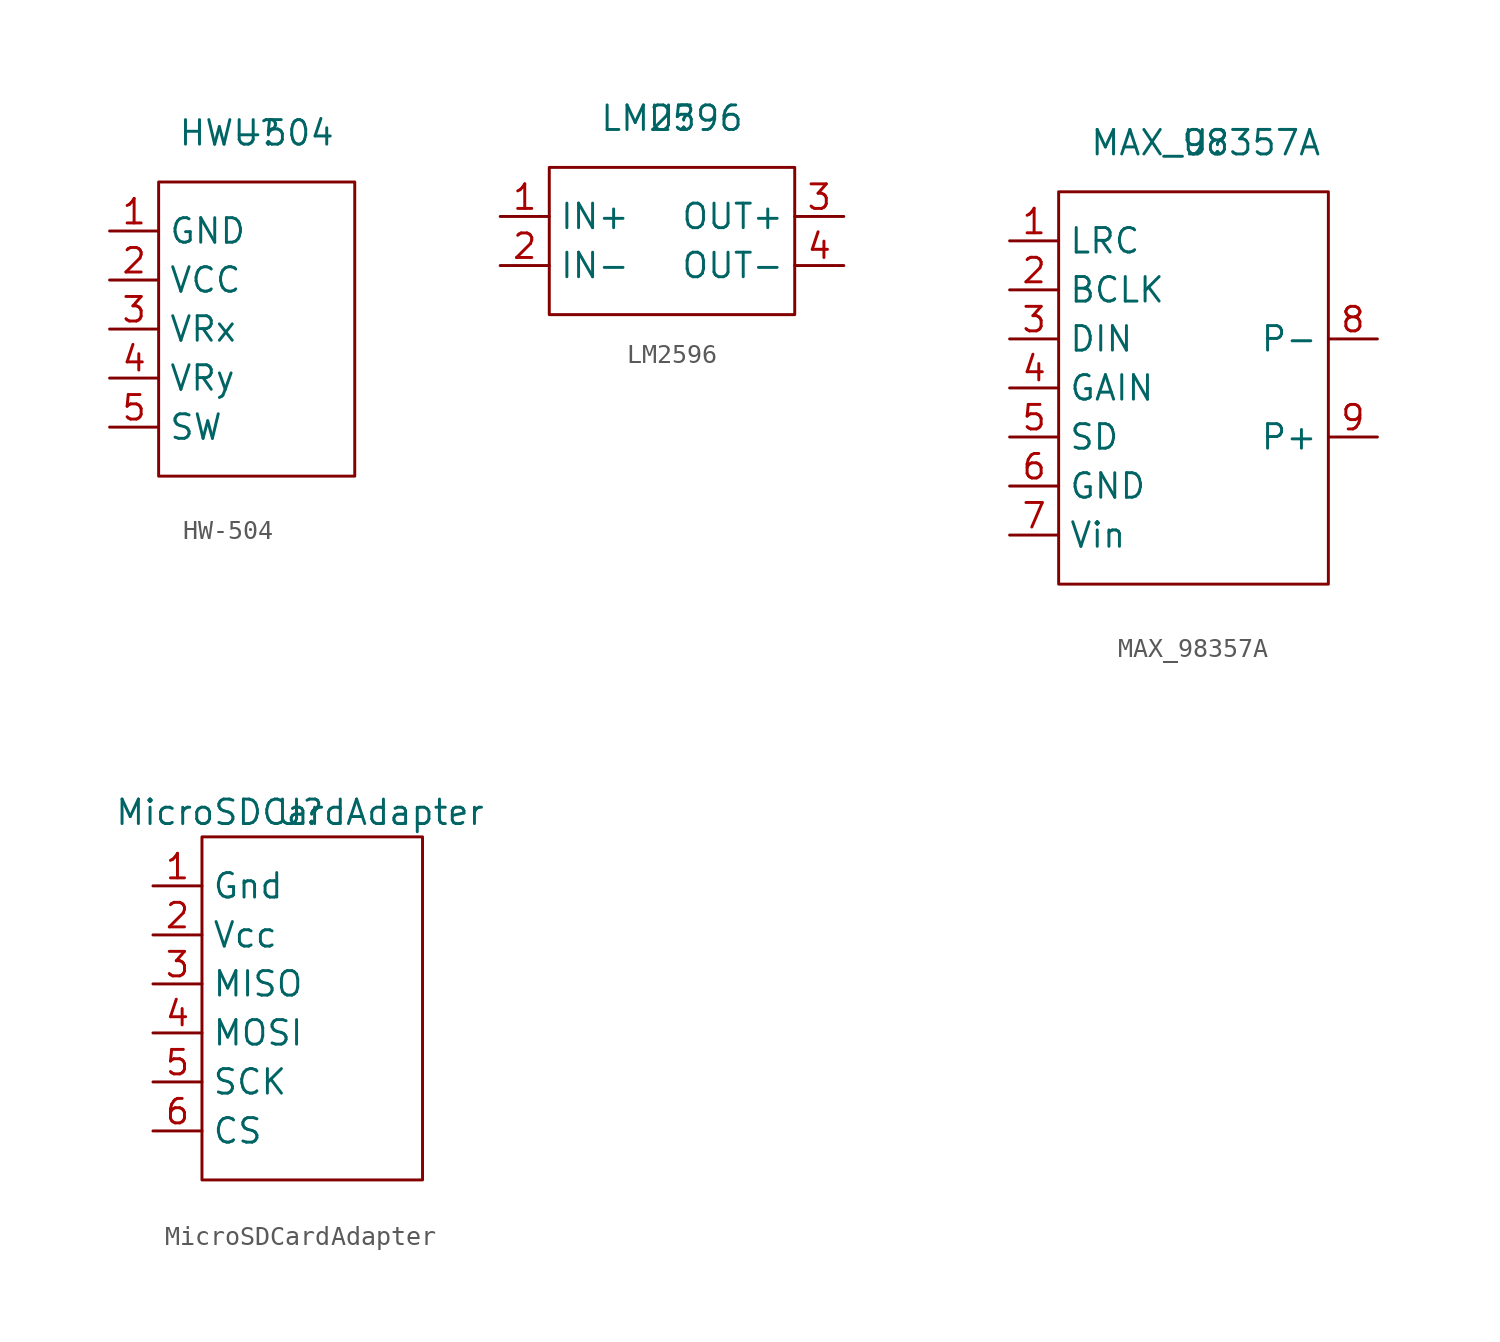
<source format=kicad_sym>
(kicad_symbol_lib
  (version 20211014)
  (generator kicad_symbol_editor)
  (symbol "HW-504"
    (property "Reference" "U"
      (at 0 0 0)
      (effects (font (size 1.27 1.27))))
    (property "Value" "HW-504"
      (at 0 0 0)
      (effects (font (size 1.27 1.27))))
    (symbol "HW-504_0_1"
      (rectangle (start -5.08 -2.54) (end 5.08 -17.78) (stroke (width 0) (type default) (color 0 0 0 0)) (fill (type none))))
    (symbol "HW-504_1_1"
      (pin input line (at -7.62 -5.08 0) (length 2.54) (name "GND" (effects (font (size 1.27 1.27)))) (number "1" (effects (font (size 1.27 1.27)))))
      (pin input line (at -7.62 -7.62 0) (length 2.54) (name "VCC" (effects (font (size 1.27 1.27)))) (number "2" (effects (font (size 1.27 1.27)))))
      (pin output line (at -7.62 -10.16 0) (length 2.54) (name "VRx" (effects (font (size 1.27 1.27)))) (number "3" (effects (font (size 1.27 1.27)))))
      (pin output line (at -7.62 -12.7 0) (length 2.54) (name "VRy" (effects (font (size 1.27 1.27)))) (number "4" (effects (font (size 1.27 1.27)))))
      (pin output line (at -7.62 -15.24 0) (length 2.54) (name "SW" (effects (font (size 1.27 1.27)))) (number "5" (effects (font (size 1.27 1.27)))))))
  (symbol "LM2596"
    (property "Reference" "U"
      (at 0 0 0)
      (effects (font (size 1.27 1.27))))
    (property "Value" "LM2596"
      (at 0 0 0)
      (effects (font (size 1.27 1.27))))
    (symbol "LM2596_0_1"
      (rectangle (start -6.35 -2.54) (end 6.35 -10.16) (stroke (width 0) (type default) (color 0 0 0 0)) (fill (type none))))
    (symbol "LM2596_1_1"
      (pin input line (at -8.89 -5.08 0) (length 2.54) (name "IN+" (effects (font (size 1.27 1.27)))) (number "1" (effects (font (size 1.27 1.27)))))
      (pin input line (at -8.89 -7.62 0) (length 2.54) (name "IN-" (effects (font (size 1.27 1.27)))) (number "2" (effects (font (size 1.27 1.27)))))
      (pin output line (at 8.89 -5.08 180) (length 2.54) (name "OUT+" (effects (font (size 1.27 1.27)))) (number "3" (effects (font (size 1.27 1.27)))))
      (pin output line (at 8.89 -7.62 180) (length 2.54) (name "OUT-" (effects (font (size 1.27 1.27)))) (number "4" (effects (font (size 1.27 1.27)))))))
  (symbol "MAX_98357A"
    (property "Reference" "U"
      (at 0 0 0)
      (effects (font (size 1.27 1.27))))
    (property "Value" "MAX_98357A"
      (at 0 0 0)
      (effects (font (size 1.27 1.27))))
    (symbol "MAX_98357A_0_1"
      (rectangle (start -7.62 -2.54) (end 6.35 -22.86) (stroke (width 0) (type default) (color 0 0 0 0)) (fill (type none))))
    (symbol "MAX_98357A_1_1"
      (pin input line (at -10.16 -5.08 0) (length 2.54) (name "LRC" (effects (font (size 1.27 1.27)))) (number "1" (effects (font (size 1.27 1.27)))))
      (pin input line (at -10.16 -7.62 0) (length 2.54) (name "BCLK" (effects (font (size 1.27 1.27)))) (number "2" (effects (font (size 1.27 1.27)))))
      (pin input line (at -10.16 -10.16 0) (length 2.54) (name "DIN" (effects (font (size 1.27 1.27)))) (number "3" (effects (font (size 1.27 1.27)))))
      (pin input line (at -10.16 -12.7 0) (length 2.54) (name "GAIN" (effects (font (size 1.27 1.27)))) (number "4" (effects (font (size 1.27 1.27)))))
      (pin input line (at -10.16 -15.24 0) (length 2.54) (name "SD" (effects (font (size 1.27 1.27)))) (number "5" (effects (font (size 1.27 1.27)))))
      (pin input line (at -10.16 -17.78 0) (length 2.54) (name "GND" (effects (font (size 1.27 1.27)))) (number "6" (effects (font (size 1.27 1.27)))))
      (pin input line (at -10.16 -20.32 0) (length 2.54) (name "Vin" (effects (font (size 1.27 1.27)))) (number "7" (effects (font (size 1.27 1.27)))))
      (pin output line (at 8.89 -10.16 180) (length 2.54) (name "P-" (effects (font (size 1.27 1.27)))) (number "8" (effects (font (size 1.27 1.27)))))
      (pin output line (at 8.89 -15.24 180) (length 2.54) (name "P+" (effects (font (size 1.27 1.27)))) (number "9" (effects (font (size 1.27 1.27)))))))
  (symbol "MicroSDCardAdapter"
    (property "Reference" "U"
      (at 0 0 0)
      (effects (font (size 1.27 1.27))))
    (property "Value" "MicroSDCardAdapter"
      (at 0 0 0)
      (effects (font (size 1.27 1.27))))
    (symbol "MicroSDCardAdapter_0_0"
      (pin bidirectional line (at -7.62 -13.97 0) (length 2.54) (name "SCK" (effects (font (size 1.27 1.27)))) (number "5" (effects (font (size 1.27 1.27)))))
      (pin bidirectional line (at -7.62 -16.51 0) (length 2.54) (name "CS" (effects (font (size 1.27 1.27)))) (number "6" (effects (font (size 1.27 1.27))))))
    (symbol "MicroSDCardAdapter_0_1"
      (rectangle (start -5.08 -1.27) (end 6.35 -19.05) (stroke (width 0) (type default) (color 0 0 0 0)) (fill (type none))))
    (symbol "MicroSDCardAdapter_1_1"
      (pin input line (at -7.62 -3.81 0) (length 2.54) (name "Gnd" (effects (font (size 1.27 1.27)))) (number "1" (effects (font (size 1.27 1.27)))))
      (pin input line (at -7.62 -6.35 0) (length 2.54) (name "Vcc" (effects (font (size 1.27 1.27)))) (number "2" (effects (font (size 1.27 1.27)))))
      (pin bidirectional line (at -7.62 -8.89 0) (length 2.54) (name "MISO" (effects (font (size 1.27 1.27)))) (number "3" (effects (font (size 1.27 1.27)))))
      (pin bidirectional line (at -7.62 -11.43 0) (length 2.54) (name "MOSI" (effects (font (size 1.27 1.27)))) (number "4" (effects (font (size 1.27 1.27))))))))
</source>
